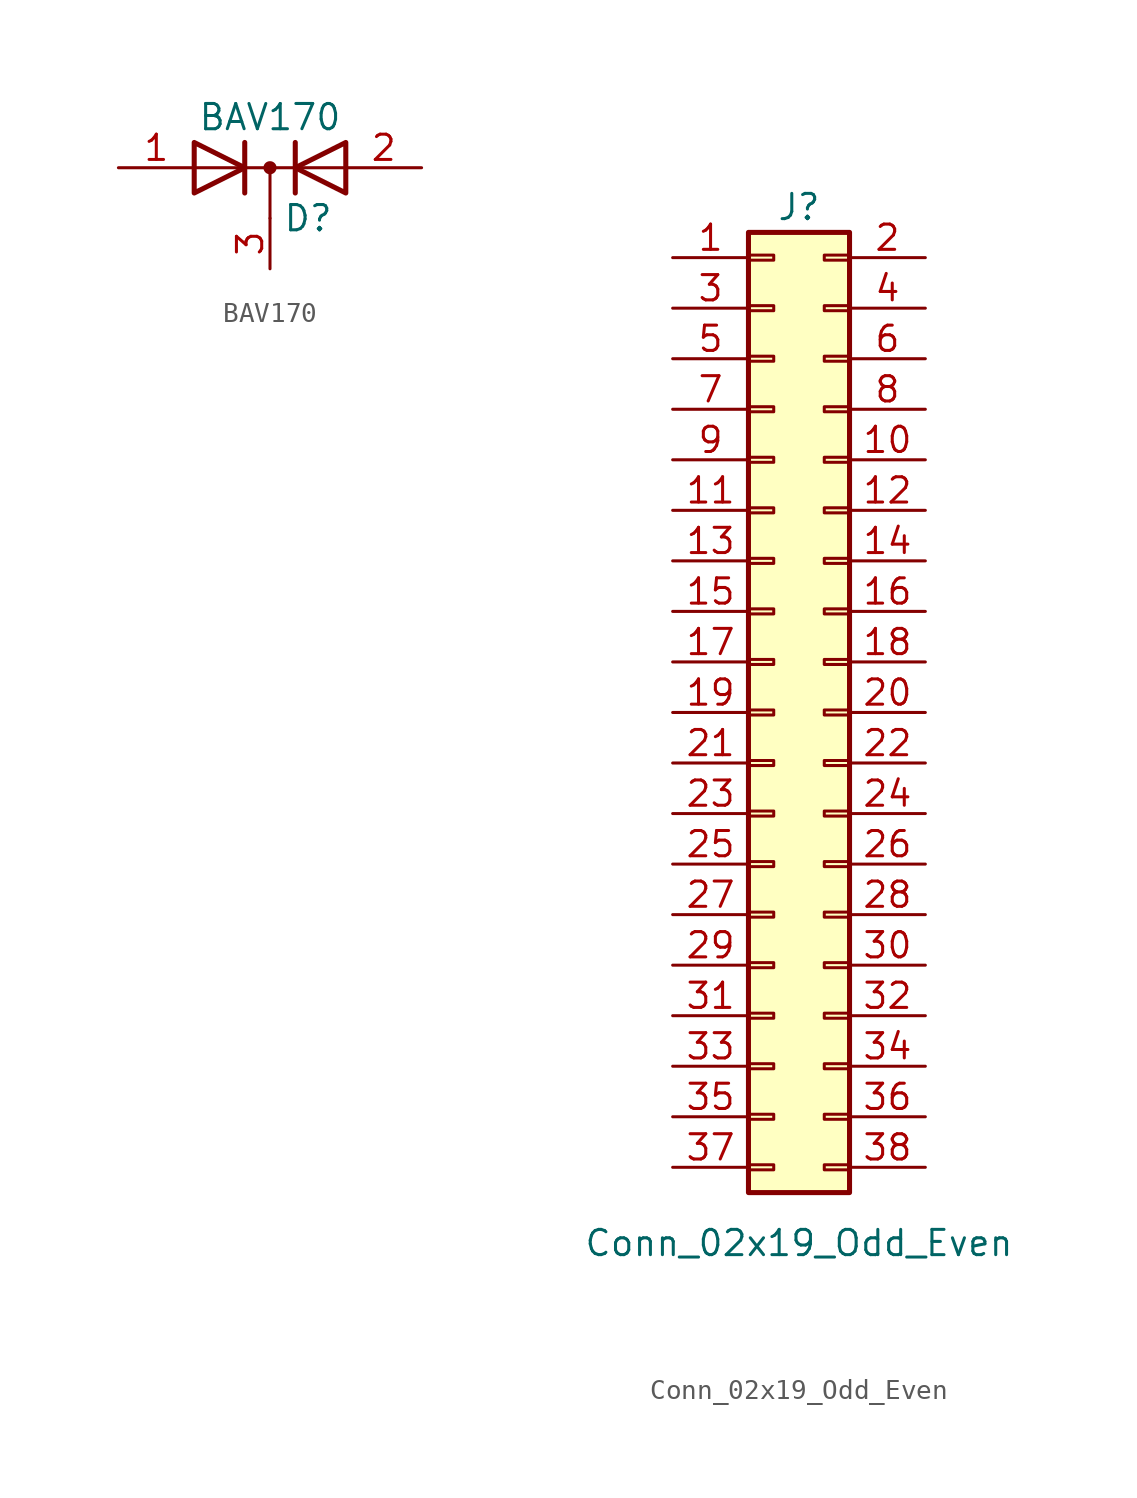
<source format=kicad_sym>
(kicad_symbol_lib
  (version 20220914)
  (generator kicad_symbol_editor)
  (symbol "BAV170"
    (pin_names hide)
    (property "Reference" "D"
      (at 0.635 -2.54 0)
      (effects (font (size 1.27 1.27)) (justify left)))
    (property "Value" "BAV170"
      (at 0 2.54 0)
      (effects (font (size 1.27 1.27))))
    (symbol "BAV170_0_1"
      (polyline (pts (xy -3.81 0) (xy 3.81 0)) (stroke (width 0) (type default)) (fill (type none)))
      (polyline (pts (xy 0 0) (xy 0 -2.54)) (stroke (width 0) (type default)) (fill (type none)))
      (polyline (pts (xy -1.27 -1.27) (xy -1.27 1.27) (xy -1.27 1.27)) (stroke (width 0.254) (type default)) (fill (type none)))
      (polyline (pts (xy 1.27 -1.27) (xy 1.27 1.27) (xy 1.27 1.27)) (stroke (width 0.254) (type default)) (fill (type none)))
      (polyline (pts (xy -3.81 1.27) (xy -1.27 0) (xy -3.81 -1.27) (xy -3.81 1.27) (xy -3.81 1.27) (xy -3.81 1.27)) (stroke (width 0.254) (type default)) (fill (type none)))
      (polyline (pts (xy 3.81 -1.27) (xy 1.27 0) (xy 3.81 1.27) (xy 3.81 -1.27) (xy 3.81 -1.27) (xy 3.81 -1.27)) (stroke (width 0.254) (type default)) (fill (type none)))
      (circle (center 0 0) (radius 0.254) (stroke (width 0) (type default)) (fill (type outline)))
      (pin passive line (at -7.62 0 0) (length 3.81) (name "A" (effects (font (size 1.27 1.27)))) (number "1" (effects (font (size 1.27 1.27)))))
      (pin passive line (at 7.62 0 180) (length 3.81) (name "A" (effects (font (size 1.27 1.27)))) (number "2" (effects (font (size 1.27 1.27)))))
      (pin passive line (at 0 -5.08 90) (length 2.54) (name "K" (effects (font (size 1.27 1.27)))) (number "3" (effects (font (size 1.27 1.27)))))))
  (symbol "Conn_02x19_Odd_Even"
    (pin_names
      (offset 1.016) hide)
    (property "Reference" "J"
      (at 0 26.67 0)
      (effects (font (size 1.27 1.27))))
    (property "Value" "Conn_02x19_Odd_Even"
      (at 0 -25.4 0)
      (effects (font (size 1.27 1.27))))
    (symbol "Conn_02x19_Odd_Even_1_1"
      (rectangle (start -2.54 -21.463) (end -1.27 -21.717) (stroke (width 0.152) (type default)) (fill (type none)))
      (rectangle (start -2.54 -18.923) (end -1.27 -19.177) (stroke (width 0.152) (type default)) (fill (type none)))
      (rectangle (start -2.54 -16.383) (end -1.27 -16.637) (stroke (width 0.152) (type default)) (fill (type none)))
      (rectangle (start -2.54 -13.843) (end -1.27 -14.097) (stroke (width 0.152) (type default)) (fill (type none)))
      (rectangle (start -2.54 -11.303) (end -1.27 -11.557) (stroke (width 0.152) (type default)) (fill (type none)))
      (rectangle (start -2.54 -8.763) (end -1.27 -9.017) (stroke (width 0.152) (type default)) (fill (type none)))
      (rectangle (start -2.54 -6.223) (end -1.27 -6.477) (stroke (width 0.152) (type default)) (fill (type none)))
      (rectangle (start -2.54 -3.683) (end -1.27 -3.937) (stroke (width 0.152) (type default)) (fill (type none)))
      (rectangle (start -2.54 -1.143) (end -1.27 -1.397) (stroke (width 0.152) (type default)) (fill (type none)))
      (rectangle (start -2.54 1.397) (end -1.27 1.143) (stroke (width 0.152) (type default)) (fill (type none)))
      (rectangle (start -2.54 3.937) (end -1.27 3.683) (stroke (width 0.152) (type default)) (fill (type none)))
      (rectangle (start -2.54 6.477) (end -1.27 6.223) (stroke (width 0.152) (type default)) (fill (type none)))
      (rectangle (start -2.54 9.017) (end -1.27 8.763) (stroke (width 0.152) (type default)) (fill (type none)))
      (rectangle (start -2.54 11.557) (end -1.27 11.303) (stroke (width 0.152) (type default)) (fill (type none)))
      (rectangle (start -2.54 14.097) (end -1.27 13.843) (stroke (width 0.152) (type default)) (fill (type none)))
      (rectangle (start -2.54 16.637) (end -1.27 16.383) (stroke (width 0.152) (type default)) (fill (type none)))
      (rectangle (start -2.54 19.177) (end -1.27 18.923) (stroke (width 0.152) (type default)) (fill (type none)))
      (rectangle (start -2.54 21.717) (end -1.27 21.463) (stroke (width 0.152) (type default)) (fill (type none)))
      (rectangle (start -2.54 24.257) (end -1.27 24.003) (stroke (width 0.152) (type default)) (fill (type none)))
      (rectangle (start -2.54 25.4) (end 2.54 -22.86) (stroke (width 0.254) (type default)) (fill (type background)))
      (rectangle (start 2.54 -21.463) (end 1.27 -21.717) (stroke (width 0.152) (type default)) (fill (type none)))
      (rectangle (start 2.54 -18.923) (end 1.27 -19.177) (stroke (width 0.152) (type default)) (fill (type none)))
      (rectangle (start 2.54 -16.383) (end 1.27 -16.637) (stroke (width 0.152) (type default)) (fill (type none)))
      (rectangle (start 2.54 -13.843) (end 1.27 -14.097) (stroke (width 0.152) (type default)) (fill (type none)))
      (rectangle (start 2.54 -11.303) (end 1.27 -11.557) (stroke (width 0.152) (type default)) (fill (type none)))
      (rectangle (start 2.54 -8.763) (end 1.27 -9.017) (stroke (width 0.152) (type default)) (fill (type none)))
      (rectangle (start 2.54 -6.223) (end 1.27 -6.477) (stroke (width 0.152) (type default)) (fill (type none)))
      (rectangle (start 2.54 -3.683) (end 1.27 -3.937) (stroke (width 0.152) (type default)) (fill (type none)))
      (rectangle (start 2.54 -1.143) (end 1.27 -1.397) (stroke (width 0.152) (type default)) (fill (type none)))
      (rectangle (start 2.54 1.397) (end 1.27 1.143) (stroke (width 0.152) (type default)) (fill (type none)))
      (rectangle (start 2.54 3.937) (end 1.27 3.683) (stroke (width 0.152) (type default)) (fill (type none)))
      (rectangle (start 2.54 6.477) (end 1.27 6.223) (stroke (width 0.152) (type default)) (fill (type none)))
      (rectangle (start 2.54 9.017) (end 1.27 8.763) (stroke (width 0.152) (type default)) (fill (type none)))
      (rectangle (start 2.54 11.557) (end 1.27 11.303) (stroke (width 0.152) (type default)) (fill (type none)))
      (rectangle (start 2.54 14.097) (end 1.27 13.843) (stroke (width 0.152) (type default)) (fill (type none)))
      (rectangle (start 2.54 16.637) (end 1.27 16.383) (stroke (width 0.152) (type default)) (fill (type none)))
      (rectangle (start 2.54 19.177) (end 1.27 18.923) (stroke (width 0.152) (type default)) (fill (type none)))
      (rectangle (start 2.54 21.717) (end 1.27 21.463) (stroke (width 0.152) (type default)) (fill (type none)))
      (rectangle (start 2.54 24.257) (end 1.27 24.003) (stroke (width 0.152) (type default)) (fill (type none)))
      (pin passive line (at -6.35 24.13 0) (length 3.81) (name "Pin_1" (effects (font (size 1.27 1.27)))) (number "1" (effects (font (size 1.27 1.27)))))
      (pin passive line (at 6.35 13.97 180) (length 3.81) (name "Pin_10" (effects (font (size 1.27 1.27)))) (number "10" (effects (font (size 1.27 1.27)))))
      (pin passive line (at -6.35 11.43 0) (length 3.81) (name "Pin_11" (effects (font (size 1.27 1.27)))) (number "11" (effects (font (size 1.27 1.27)))))
      (pin passive line (at 6.35 11.43 180) (length 3.81) (name "Pin_12" (effects (font (size 1.27 1.27)))) (number "12" (effects (font (size 1.27 1.27)))))
      (pin passive line (at -6.35 8.89 0) (length 3.81) (name "Pin_13" (effects (font (size 1.27 1.27)))) (number "13" (effects (font (size 1.27 1.27)))))
      (pin passive line (at 6.35 8.89 180) (length 3.81) (name "Pin_14" (effects (font (size 1.27 1.27)))) (number "14" (effects (font (size 1.27 1.27)))))
      (pin passive line (at -6.35 6.35 0) (length 3.81) (name "Pin_15" (effects (font (size 1.27 1.27)))) (number "15" (effects (font (size 1.27 1.27)))))
      (pin passive line (at 6.35 6.35 180) (length 3.81) (name "Pin_16" (effects (font (size 1.27 1.27)))) (number "16" (effects (font (size 1.27 1.27)))))
      (pin passive line (at -6.35 3.81 0) (length 3.81) (name "Pin_17" (effects (font (size 1.27 1.27)))) (number "17" (effects (font (size 1.27 1.27)))))
      (pin passive line (at 6.35 3.81 180) (length 3.81) (name "Pin_18" (effects (font (size 1.27 1.27)))) (number "18" (effects (font (size 1.27 1.27)))))
      (pin passive line (at -6.35 1.27 0) (length 3.81) (name "Pin_19" (effects (font (size 1.27 1.27)))) (number "19" (effects (font (size 1.27 1.27)))))
      (pin passive line (at 6.35 24.13 180) (length 3.81) (name "Pin_2" (effects (font (size 1.27 1.27)))) (number "2" (effects (font (size 1.27 1.27)))))
      (pin passive line (at 6.35 1.27 180) (length 3.81) (name "Pin_20" (effects (font (size 1.27 1.27)))) (number "20" (effects (font (size 1.27 1.27)))))
      (pin passive line (at -6.35 -1.27 0) (length 3.81) (name "Pin_21" (effects (font (size 1.27 1.27)))) (number "21" (effects (font (size 1.27 1.27)))))
      (pin passive line (at 6.35 -1.27 180) (length 3.81) (name "Pin_22" (effects (font (size 1.27 1.27)))) (number "22" (effects (font (size 1.27 1.27)))))
      (pin passive line (at -6.35 -3.81 0) (length 3.81) (name "Pin_23" (effects (font (size 1.27 1.27)))) (number "23" (effects (font (size 1.27 1.27)))))
      (pin passive line (at 6.35 -3.81 180) (length 3.81) (name "Pin_24" (effects (font (size 1.27 1.27)))) (number "24" (effects (font (size 1.27 1.27)))))
      (pin passive line (at -6.35 -6.35 0) (length 3.81) (name "Pin_25" (effects (font (size 1.27 1.27)))) (number "25" (effects (font (size 1.27 1.27)))))
      (pin passive line (at 6.35 -6.35 180) (length 3.81) (name "Pin_26" (effects (font (size 1.27 1.27)))) (number "26" (effects (font (size 1.27 1.27)))))
      (pin passive line (at -6.35 -8.89 0) (length 3.81) (name "Pin_27" (effects (font (size 1.27 1.27)))) (number "27" (effects (font (size 1.27 1.27)))))
      (pin passive line (at 6.35 -8.89 180) (length 3.81) (name "Pin_28" (effects (font (size 1.27 1.27)))) (number "28" (effects (font (size 1.27 1.27)))))
      (pin passive line (at -6.35 -11.43 0) (length 3.81) (name "Pin_29" (effects (font (size 1.27 1.27)))) (number "29" (effects (font (size 1.27 1.27)))))
      (pin passive line (at -6.35 21.59 0) (length 3.81) (name "Pin_3" (effects (font (size 1.27 1.27)))) (number "3" (effects (font (size 1.27 1.27)))))
      (pin passive line (at 6.35 -11.43 180) (length 3.81) (name "Pin_30" (effects (font (size 1.27 1.27)))) (number "30" (effects (font (size 1.27 1.27)))))
      (pin passive line (at -6.35 -13.97 0) (length 3.81) (name "Pin_31" (effects (font (size 1.27 1.27)))) (number "31" (effects (font (size 1.27 1.27)))))
      (pin passive line (at 6.35 -13.97 180) (length 3.81) (name "Pin_32" (effects (font (size 1.27 1.27)))) (number "32" (effects (font (size 1.27 1.27)))))
      (pin passive line (at -6.35 -16.51 0) (length 3.81) (name "Pin_33" (effects (font (size 1.27 1.27)))) (number "33" (effects (font (size 1.27 1.27)))))
      (pin passive line (at 6.35 -16.51 180) (length 3.81) (name "Pin_34" (effects (font (size 1.27 1.27)))) (number "34" (effects (font (size 1.27 1.27)))))
      (pin passive line (at -6.35 -19.05 0) (length 3.81) (name "Pin_35" (effects (font (size 1.27 1.27)))) (number "35" (effects (font (size 1.27 1.27)))))
      (pin passive line (at 6.35 -19.05 180) (length 3.81) (name "Pin_36" (effects (font (size 1.27 1.27)))) (number "36" (effects (font (size 1.27 1.27)))))
      (pin passive line (at -6.35 -21.59 0) (length 3.81) (name "Pin_37" (effects (font (size 1.27 1.27)))) (number "37" (effects (font (size 1.27 1.27)))))
      (pin passive line (at 6.35 -21.59 180) (length 3.81) (name "Pin_38" (effects (font (size 1.27 1.27)))) (number "38" (effects (font (size 1.27 1.27)))))
      (pin passive line (at 6.35 21.59 180) (length 3.81) (name "Pin_4" (effects (font (size 1.27 1.27)))) (number "4" (effects (font (size 1.27 1.27)))))
      (pin passive line (at -6.35 19.05 0) (length 3.81) (name "Pin_5" (effects (font (size 1.27 1.27)))) (number "5" (effects (font (size 1.27 1.27)))))
      (pin passive line (at 6.35 19.05 180) (length 3.81) (name "Pin_6" (effects (font (size 1.27 1.27)))) (number "6" (effects (font (size 1.27 1.27)))))
      (pin passive line (at -6.35 16.51 0) (length 3.81) (name "Pin_7" (effects (font (size 1.27 1.27)))) (number "7" (effects (font (size 1.27 1.27)))))
      (pin passive line (at 6.35 16.51 180) (length 3.81) (name "Pin_8" (effects (font (size 1.27 1.27)))) (number "8" (effects (font (size 1.27 1.27)))))
      (pin passive line (at -6.35 13.97 0) (length 3.81) (name "Pin_9" (effects (font (size 1.27 1.27)))) (number "9" (effects (font (size 1.27 1.27))))))))
</source>
